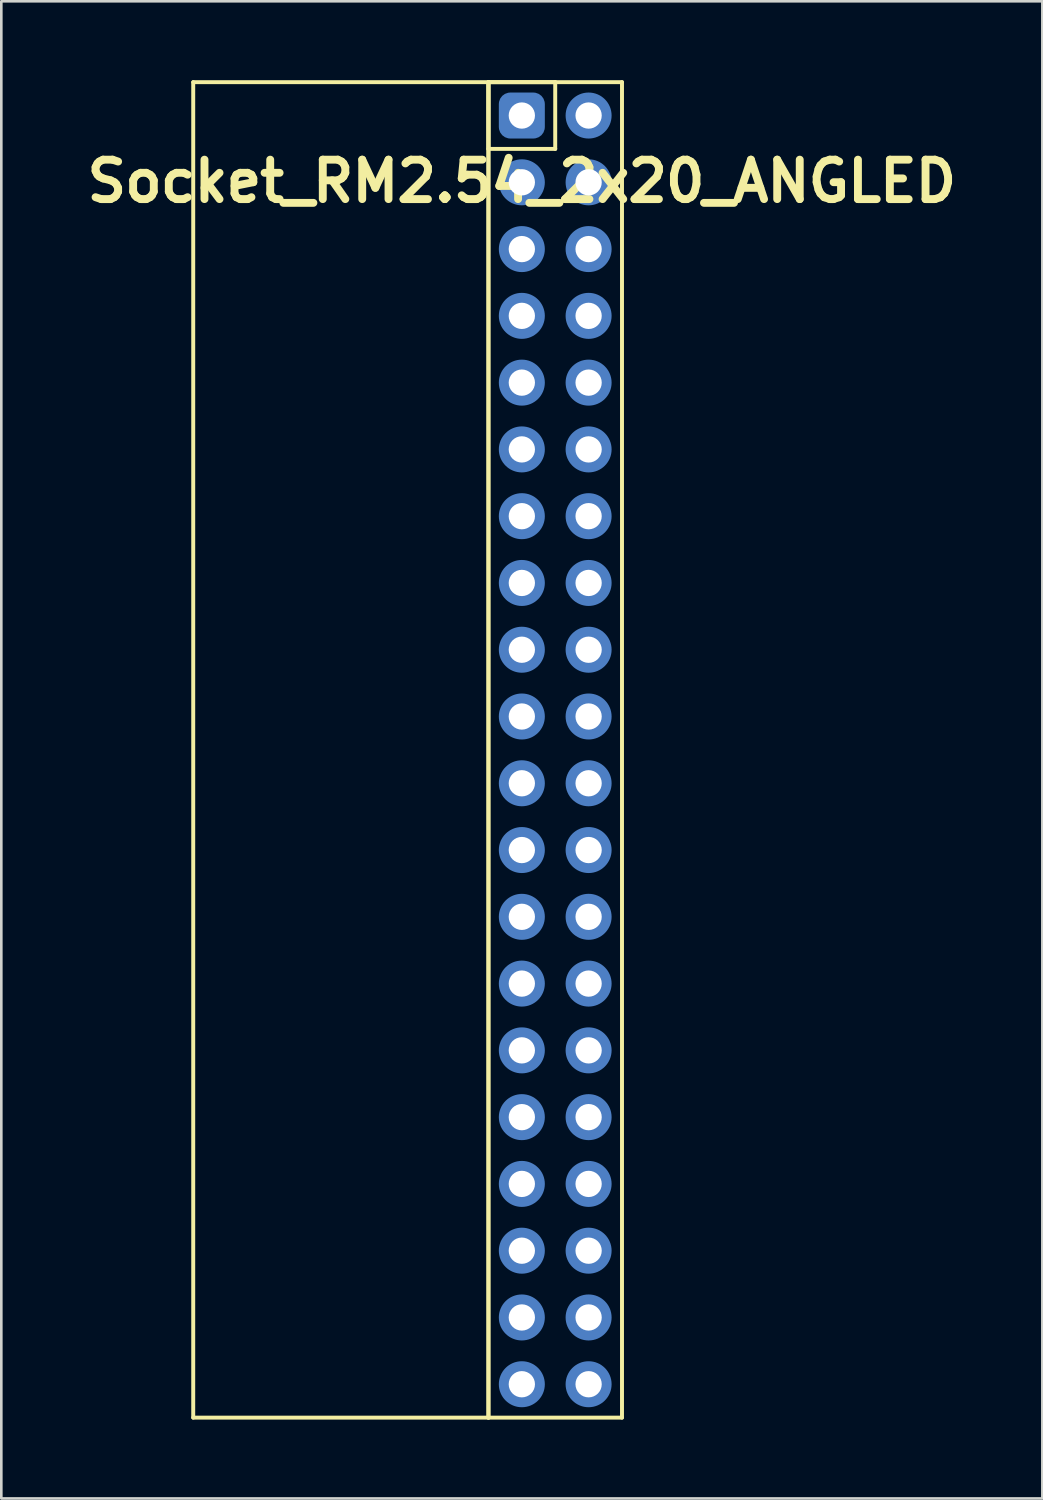
<source format=kicad_pcb>
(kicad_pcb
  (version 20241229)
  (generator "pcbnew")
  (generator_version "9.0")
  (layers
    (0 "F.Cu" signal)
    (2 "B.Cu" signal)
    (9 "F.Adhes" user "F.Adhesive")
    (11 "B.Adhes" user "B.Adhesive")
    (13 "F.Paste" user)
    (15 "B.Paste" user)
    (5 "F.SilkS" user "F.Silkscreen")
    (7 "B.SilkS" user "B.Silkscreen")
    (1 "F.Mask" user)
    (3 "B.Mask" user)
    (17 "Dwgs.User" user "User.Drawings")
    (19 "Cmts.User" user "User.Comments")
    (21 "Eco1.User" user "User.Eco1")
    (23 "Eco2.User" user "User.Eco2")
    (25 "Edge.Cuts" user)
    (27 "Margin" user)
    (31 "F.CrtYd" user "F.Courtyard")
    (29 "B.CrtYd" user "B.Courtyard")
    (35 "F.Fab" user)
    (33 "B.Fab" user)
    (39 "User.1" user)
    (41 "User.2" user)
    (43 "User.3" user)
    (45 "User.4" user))
  (footprint "Socket_RM2.54_2x20_ANGLED"
    (layer "F.Cu")
    (at 16.8 1.345)
    (property "Reference" "Socket_RM2.54_2x20_ANGLED" (at 0 2.5 0) (layer "F.SilkS") (effects (font (size 1.5 1.5) (thickness 0.3))))
    (attr through_hole)
    (fp_line (start -12.5 -1.27) (end -1.27 -1.27) (stroke (width 0.15) (type solid)) (layer "F.SilkS"))
    (fp_line (start -12.5 49.53) (end -12.5 -1.27) (stroke (width 0.15) (type solid)) (layer "F.SilkS"))
    (fp_line (start -1.27 -1.27) (end -1.27 49.53) (stroke (width 0.15) (type solid)) (layer "F.SilkS"))
    (fp_line (start -1.27 -1.27) (end 1.27 -1.27) (stroke (width 0.15) (type solid)) (layer "F.SilkS"))
    (fp_line (start -1.27 -1.27) (end 3.81 -1.27) (stroke (width 0.15) (type solid)) (layer "F.SilkS"))
    (fp_line (start -1.27 1.27) (end -1.27 -1.27) (stroke (width 0.15) (type solid)) (layer "F.SilkS"))
    (fp_line (start -1.27 49.53) (end -12.5 49.53) (stroke (width 0.15) (type solid)) (layer "F.SilkS"))
    (fp_line (start -1.27 49.53) (end -1.27 -1.27) (stroke (width 0.15) (type solid)) (layer "F.SilkS"))
    (fp_line (start 1.27 -1.27) (end 1.27 1.27) (stroke (width 0.15) (type solid)) (layer "F.SilkS"))
    (fp_line (start 1.27 1.27) (end -1.27 1.27) (stroke (width 0.15) (type solid)) (layer "F.SilkS"))
    (fp_line (start 3.81 -1.27) (end 3.81 49.53) (stroke (width 0.15) (type solid)) (layer "F.SilkS"))
    (fp_line (start 3.81 49.53) (end -1.27 49.53) (stroke (width 0.15) (type solid)) (layer "F.SilkS"))
    (pad "1" thru_hole circle (at 0 0) (size 1.3 1.3) (drill 1) (layers "*.Cu" "*.Mask"))
    (pad "1" smd roundrect (at 0 0) (size 1.5 1.5) (layers "F.Cu" "F.Mask") (roundrect_rratio 0.25))
    (pad "1" smd roundrect (at 0 0) (size 1.75 1.75) (layers "B.Cu" "B.Mask") (roundrect_rratio 0.25))
    (pad "2" thru_hole circle (at 2.54 0) (size 1.3 1.3) (drill 1) (layers "*.Cu" "*.Mask"))
    (pad "2" smd circle (at 2.54 0) (size 1.5 1.5) (layers "F.Cu" "F.Mask"))
    (pad "2" smd circle (at 2.54 0) (size 1.75 1.75) (layers "B.Cu" "B.Mask"))
    (pad "3" thru_hole circle (at 0 2.54) (size 1.3 1.3) (drill 1) (layers "*.Cu" "*.Mask"))
    (pad "3" smd circle (at 0 2.54) (size 1.5 1.5) (layers "F.Cu" "F.Mask"))
    (pad "3" smd circle (at 0 2.54) (size 1.75 1.75) (layers "B.Cu" "B.Mask"))
    (pad "4" thru_hole circle (at 2.54 2.54) (size 1.3 1.3) (drill 1) (layers "*.Cu" "*.Mask"))
    (pad "4" smd circle (at 2.54 2.54) (size 1.5 1.5) (layers "F.Cu" "F.Mask"))
    (pad "4" smd circle (at 2.54 2.54) (size 1.75 1.75) (layers "B.Cu" "B.Mask"))
    (pad "5" thru_hole circle (at 0 5.08) (size 1.3 1.3) (drill 1) (layers "*.Cu" "*.Mask"))
    (pad "5" smd circle (at 0 5.08) (size 1.5 1.5) (layers "F.Cu" "F.Mask"))
    (pad "5" smd circle (at 0 5.08) (size 1.75 1.75) (layers "B.Cu" "B.Mask"))
    (pad "6" thru_hole circle (at 2.54 5.08) (size 1.3 1.3) (drill 1) (layers "*.Cu" "*.Mask"))
    (pad "6" smd circle (at 2.54 5.08) (size 1.5 1.5) (layers "F.Cu" "F.Mask"))
    (pad "6" smd circle (at 2.54 5.08) (size 1.75 1.75) (layers "B.Cu" "B.Mask"))
    (pad "7" thru_hole circle (at 0 7.62) (size 1.3 1.3) (drill 1) (layers "*.Cu" "*.Mask"))
    (pad "7" smd circle (at 0 7.62) (size 1.5 1.5) (layers "F.Cu" "F.Mask"))
    (pad "7" smd circle (at 0 7.62) (size 1.75 1.75) (layers "B.Cu" "B.Mask"))
    (pad "8" thru_hole circle (at 2.54 7.62) (size 1.3 1.3) (drill 1) (layers "*.Cu" "*.Mask"))
    (pad "8" smd circle (at 2.54 7.62) (size 1.5 1.5) (layers "F.Cu" "F.Mask"))
    (pad "8" smd circle (at 2.54 7.62) (size 1.75 1.75) (layers "B.Cu" "B.Mask"))
    (pad "9" thru_hole circle (at 0 10.16) (size 1.3 1.3) (drill 1) (layers "*.Cu" "*.Mask"))
    (pad "9" smd circle (at 0 10.16) (size 1.5 1.5) (layers "F.Cu" "F.Mask"))
    (pad "9" smd circle (at 0 10.16) (size 1.75 1.75) (layers "B.Cu" "B.Mask"))
    (pad "10" thru_hole circle (at 2.54 10.16) (size 1.3 1.3) (drill 1) (layers "*.Cu" "*.Mask"))
    (pad "10" smd circle (at 2.54 10.16) (size 1.5 1.5) (layers "F.Cu" "F.Mask"))
    (pad "10" smd circle (at 2.54 10.16) (size 1.75 1.75) (layers "B.Cu" "B.Mask"))
    (pad "11" thru_hole circle (at 0 12.7) (size 1.3 1.3) (drill 1) (layers "*.Cu" "*.Mask"))
    (pad "11" smd circle (at 0 12.7) (size 1.5 1.5) (layers "F.Cu" "F.Mask"))
    (pad "11" smd circle (at 0 12.7) (size 1.75 1.75) (layers "B.Cu" "B.Mask"))
    (pad "12" thru_hole circle (at 2.54 12.7) (size 1.3 1.3) (drill 1) (layers "*.Cu" "*.Mask"))
    (pad "12" smd circle (at 2.54 12.7) (size 1.5 1.5) (layers "F.Cu" "F.Mask"))
    (pad "12" smd circle (at 2.54 12.7) (size 1.75 1.75) (layers "B.Cu" "B.Mask"))
    (pad "13" thru_hole circle (at 0 15.24) (size 1.3 1.3) (drill 1) (layers "*.Cu" "*.Mask"))
    (pad "13" smd circle (at 0 15.24) (size 1.5 1.5) (layers "F.Cu" "F.Mask"))
    (pad "13" smd circle (at 0 15.24) (size 1.75 1.75) (layers "B.Cu" "B.Mask"))
    (pad "14" thru_hole circle (at 2.54 15.24) (size 1.3 1.3) (drill 1) (layers "*.Cu" "*.Mask"))
    (pad "14" smd circle (at 2.54 15.24) (size 1.5 1.5) (layers "F.Cu" "F.Mask"))
    (pad "14" smd circle (at 2.54 15.24) (size 1.75 1.75) (layers "B.Cu" "B.Mask"))
    (pad "15" thru_hole circle (at 0 17.78) (size 1.3 1.3) (drill 1) (layers "*.Cu" "*.Mask"))
    (pad "15" smd circle (at 0 17.78) (size 1.5 1.5) (layers "F.Cu" "F.Mask"))
    (pad "15" smd circle (at 0 17.78) (size 1.75 1.75) (layers "B.Cu" "B.Mask"))
    (pad "16" thru_hole circle (at 2.54 17.78) (size 1.3 1.3) (drill 1) (layers "*.Cu" "*.Mask"))
    (pad "16" smd circle (at 2.54 17.78) (size 1.5 1.5) (layers "F.Cu" "F.Mask"))
    (pad "16" smd circle (at 2.54 17.78) (size 1.75 1.75) (layers "B.Cu" "B.Mask"))
    (pad "17" thru_hole circle (at 0 20.32) (size 1.3 1.3) (drill 1) (layers "*.Cu" "*.Mask"))
    (pad "17" smd circle (at 0 20.32) (size 1.5 1.5) (layers "F.Cu" "F.Mask"))
    (pad "17" smd circle (at 0 20.32) (size 1.75 1.75) (layers "B.Cu" "B.Mask"))
    (pad "18" thru_hole circle (at 2.54 20.32) (size 1.3 1.3) (drill 1) (layers "*.Cu" "*.Mask"))
    (pad "18" smd circle (at 2.54 20.32) (size 1.5 1.5) (layers "F.Cu" "F.Mask"))
    (pad "18" smd circle (at 2.54 20.32) (size 1.75 1.75) (layers "B.Cu" "B.Mask"))
    (pad "19" thru_hole circle (at 0 22.86) (size 1.3 1.3) (drill 1) (layers "*.Cu" "*.Mask"))
    (pad "19" smd circle (at 0 22.86) (size 1.5 1.5) (layers "F.Cu" "F.Mask"))
    (pad "19" smd circle (at 0 22.86) (size 1.75 1.75) (layers "B.Cu" "B.Mask"))
    (pad "20" thru_hole circle (at 2.54 22.86) (size 1.3 1.3) (drill 1) (layers "*.Cu" "*.Mask"))
    (pad "20" smd circle (at 2.54 22.86) (size 1.5 1.5) (layers "F.Cu" "F.Mask"))
    (pad "20" smd circle (at 2.54 22.86) (size 1.75 1.75) (layers "B.Cu" "B.Mask"))
    (pad "21" thru_hole circle (at 0 25.4) (size 1.3 1.3) (drill 1) (layers "*.Cu" "*.Mask"))
    (pad "21" smd circle (at 0 25.4) (size 1.5 1.5) (layers "F.Cu" "F.Mask"))
    (pad "21" smd circle (at 0 25.4) (size 1.75 1.75) (layers "B.Cu" "B.Mask"))
    (pad "22" thru_hole circle (at 2.54 25.4) (size 1.3 1.3) (drill 1) (layers "*.Cu" "*.Mask"))
    (pad "22" smd circle (at 2.54 25.4) (size 1.5 1.5) (layers "F.Cu" "F.Mask"))
    (pad "22" smd circle (at 2.54 25.4) (size 1.75 1.75) (layers "B.Cu" "B.Mask"))
    (pad "23" thru_hole circle (at 0 27.94) (size 1.3 1.3) (drill 1) (layers "*.Cu" "*.Mask"))
    (pad "23" smd circle (at 0 27.94) (size 1.5 1.5) (layers "F.Cu" "F.Mask"))
    (pad "23" smd circle (at 0 27.94) (size 1.75 1.75) (layers "B.Cu" "B.Mask"))
    (pad "24" thru_hole circle (at 2.54 27.94) (size 1.3 1.3) (drill 1) (layers "*.Cu" "*.Mask"))
    (pad "24" smd circle (at 2.54 27.94) (size 1.5 1.5) (layers "F.Cu" "F.Mask"))
    (pad "24" smd circle (at 2.54 27.94) (size 1.75 1.75) (layers "B.Cu" "B.Mask"))
    (pad "25" thru_hole circle (at 0 30.48) (size 1.3 1.3) (drill 1) (layers "*.Cu" "*.Mask"))
    (pad "25" smd circle (at 0 30.48) (size 1.5 1.5) (layers "F.Cu" "F.Mask"))
    (pad "25" smd circle (at 0 30.48) (size 1.75 1.75) (layers "B.Cu" "B.Mask"))
    (pad "26" thru_hole circle (at 2.54 30.48) (size 1.3 1.3) (drill 1) (layers "*.Cu" "*.Mask"))
    (pad "26" smd circle (at 2.54 30.48) (size 1.5 1.5) (layers "F.Cu" "F.Mask"))
    (pad "26" smd circle (at 2.54 30.48) (size 1.75 1.75) (layers "B.Cu" "B.Mask"))
    (pad "27" thru_hole circle (at 0 33.02) (size 1.3 1.3) (drill 1) (layers "*.Cu" "*.Mask"))
    (pad "27" smd circle (at 0 33.02) (size 1.5 1.5) (layers "F.Cu" "F.Mask"))
    (pad "27" smd circle (at 0 33.02) (size 1.75 1.75) (layers "B.Cu" "B.Mask"))
    (pad "28" thru_hole circle (at 2.54 33.02) (size 1.3 1.3) (drill 1) (layers "*.Cu" "*.Mask"))
    (pad "28" smd circle (at 2.54 33.02) (size 1.5 1.5) (layers "F.Cu" "F.Mask"))
    (pad "28" smd circle (at 2.54 33.02) (size 1.75 1.75) (layers "B.Cu" "B.Mask"))
    (pad "29" thru_hole circle (at 0 35.56) (size 1.3 1.3) (drill 1) (layers "*.Cu" "*.Mask"))
    (pad "29" smd circle (at 0 35.56) (size 1.5 1.5) (layers "F.Cu" "F.Mask"))
    (pad "29" smd circle (at 0 35.56) (size 1.75 1.75) (layers "B.Cu" "B.Mask"))
    (pad "30" thru_hole circle (at 2.54 35.56) (size 1.3 1.3) (drill 1) (layers "*.Cu" "*.Mask"))
    (pad "30" smd circle (at 2.54 35.56) (size 1.5 1.5) (layers "F.Cu" "F.Mask"))
    (pad "30" smd circle (at 2.54 35.56) (size 1.75 1.75) (layers "B.Cu" "B.Mask"))
    (pad "31" thru_hole circle (at 0 38.1) (size 1.3 1.3) (drill 1) (layers "*.Cu" "*.Mask"))
    (pad "31" smd circle (at 0 38.1) (size 1.5 1.5) (layers "F.Cu" "F.Mask"))
    (pad "31" smd circle (at 0 38.1) (size 1.75 1.75) (layers "B.Cu" "B.Mask"))
    (pad "32" thru_hole circle (at 2.54 38.1) (size 1.3 1.3) (drill 1) (layers "*.Cu" "*.Mask"))
    (pad "32" smd circle (at 2.54 38.1) (size 1.5 1.5) (layers "F.Cu" "F.Mask"))
    (pad "32" smd circle (at 2.54 38.1) (size 1.75 1.75) (layers "B.Cu" "B.Mask"))
    (pad "33" thru_hole circle (at 0 40.64) (size 1.3 1.3) (drill 1) (layers "*.Cu" "*.Mask"))
    (pad "33" smd circle (at 0 40.64) (size 1.5 1.5) (layers "F.Cu" "F.Mask"))
    (pad "33" smd circle (at 0 40.64) (size 1.75 1.75) (layers "B.Cu" "B.Mask"))
    (pad "34" thru_hole circle (at 2.54 40.64) (size 1.3 1.3) (drill 1) (layers "*.Cu" "*.Mask"))
    (pad "34" smd circle (at 2.54 40.64) (size 1.5 1.5) (layers "F.Cu" "F.Mask"))
    (pad "34" smd circle (at 2.54 40.64) (size 1.75 1.75) (layers "B.Cu" "B.Mask"))
    (pad "35" thru_hole circle (at 0 43.18) (size 1.3 1.3) (drill 1) (layers "*.Cu" "*.Mask"))
    (pad "35" smd circle (at 0 43.18) (size 1.5 1.5) (layers "F.Cu" "F.Mask"))
    (pad "35" smd circle (at 0 43.18) (size 1.75 1.75) (layers "B.Cu" "B.Mask"))
    (pad "36" thru_hole circle (at 2.54 43.18) (size 1.3 1.3) (drill 1) (layers "*.Cu" "*.Mask"))
    (pad "36" smd circle (at 2.54 43.18) (size 1.5 1.5) (layers "F.Cu" "F.Mask"))
    (pad "36" smd circle (at 2.54 43.18) (size 1.75 1.75) (layers "B.Cu" "B.Mask"))
    (pad "37" thru_hole circle (at 0 45.72) (size 1.3 1.3) (drill 1) (layers "*.Cu" "*.Mask"))
    (pad "37" smd circle (at 0 45.72) (size 1.5 1.5) (layers "F.Cu" "F.Mask"))
    (pad "37" smd circle (at 0 45.72) (size 1.75 1.75) (layers "B.Cu" "B.Mask"))
    (pad "38" thru_hole circle (at 2.54 45.72) (size 1.3 1.3) (drill 1) (layers "*.Cu" "*.Mask"))
    (pad "38" smd circle (at 2.54 45.72) (size 1.5 1.5) (layers "F.Cu" "F.Mask"))
    (pad "38" smd circle (at 2.54 45.72) (size 1.75 1.75) (layers "B.Cu" "B.Mask"))
    (pad "39" thru_hole circle (at 0 48.26) (size 1.3 1.3) (drill 1) (layers "*.Cu" "*.Mask"))
    (pad "39" smd circle (at 0 48.26) (size 1.5 1.5) (layers "F.Cu" "F.Mask"))
    (pad "39" smd circle (at 0 48.26) (size 1.75 1.75) (layers "B.Cu" "B.Mask"))
    (pad "40" thru_hole circle (at 2.54 48.26) (size 1.3 1.3) (drill 1) (layers "*.Cu" "*.Mask"))
    (pad "40" smd circle (at 2.54 48.26) (size 1.5 1.5) (layers "F.Cu" "F.Mask"))
    (pad "40" smd circle (at 2.54 48.26) (size 1.75 1.75) (layers "B.Cu" "B.Mask")))
  (gr_rect
    (start -3 -3)
    (end 36.6 53.95)
    (stroke (width 0.1) (type default))
    (fill no)
    (layer "Edge.Cuts")))
</source>
